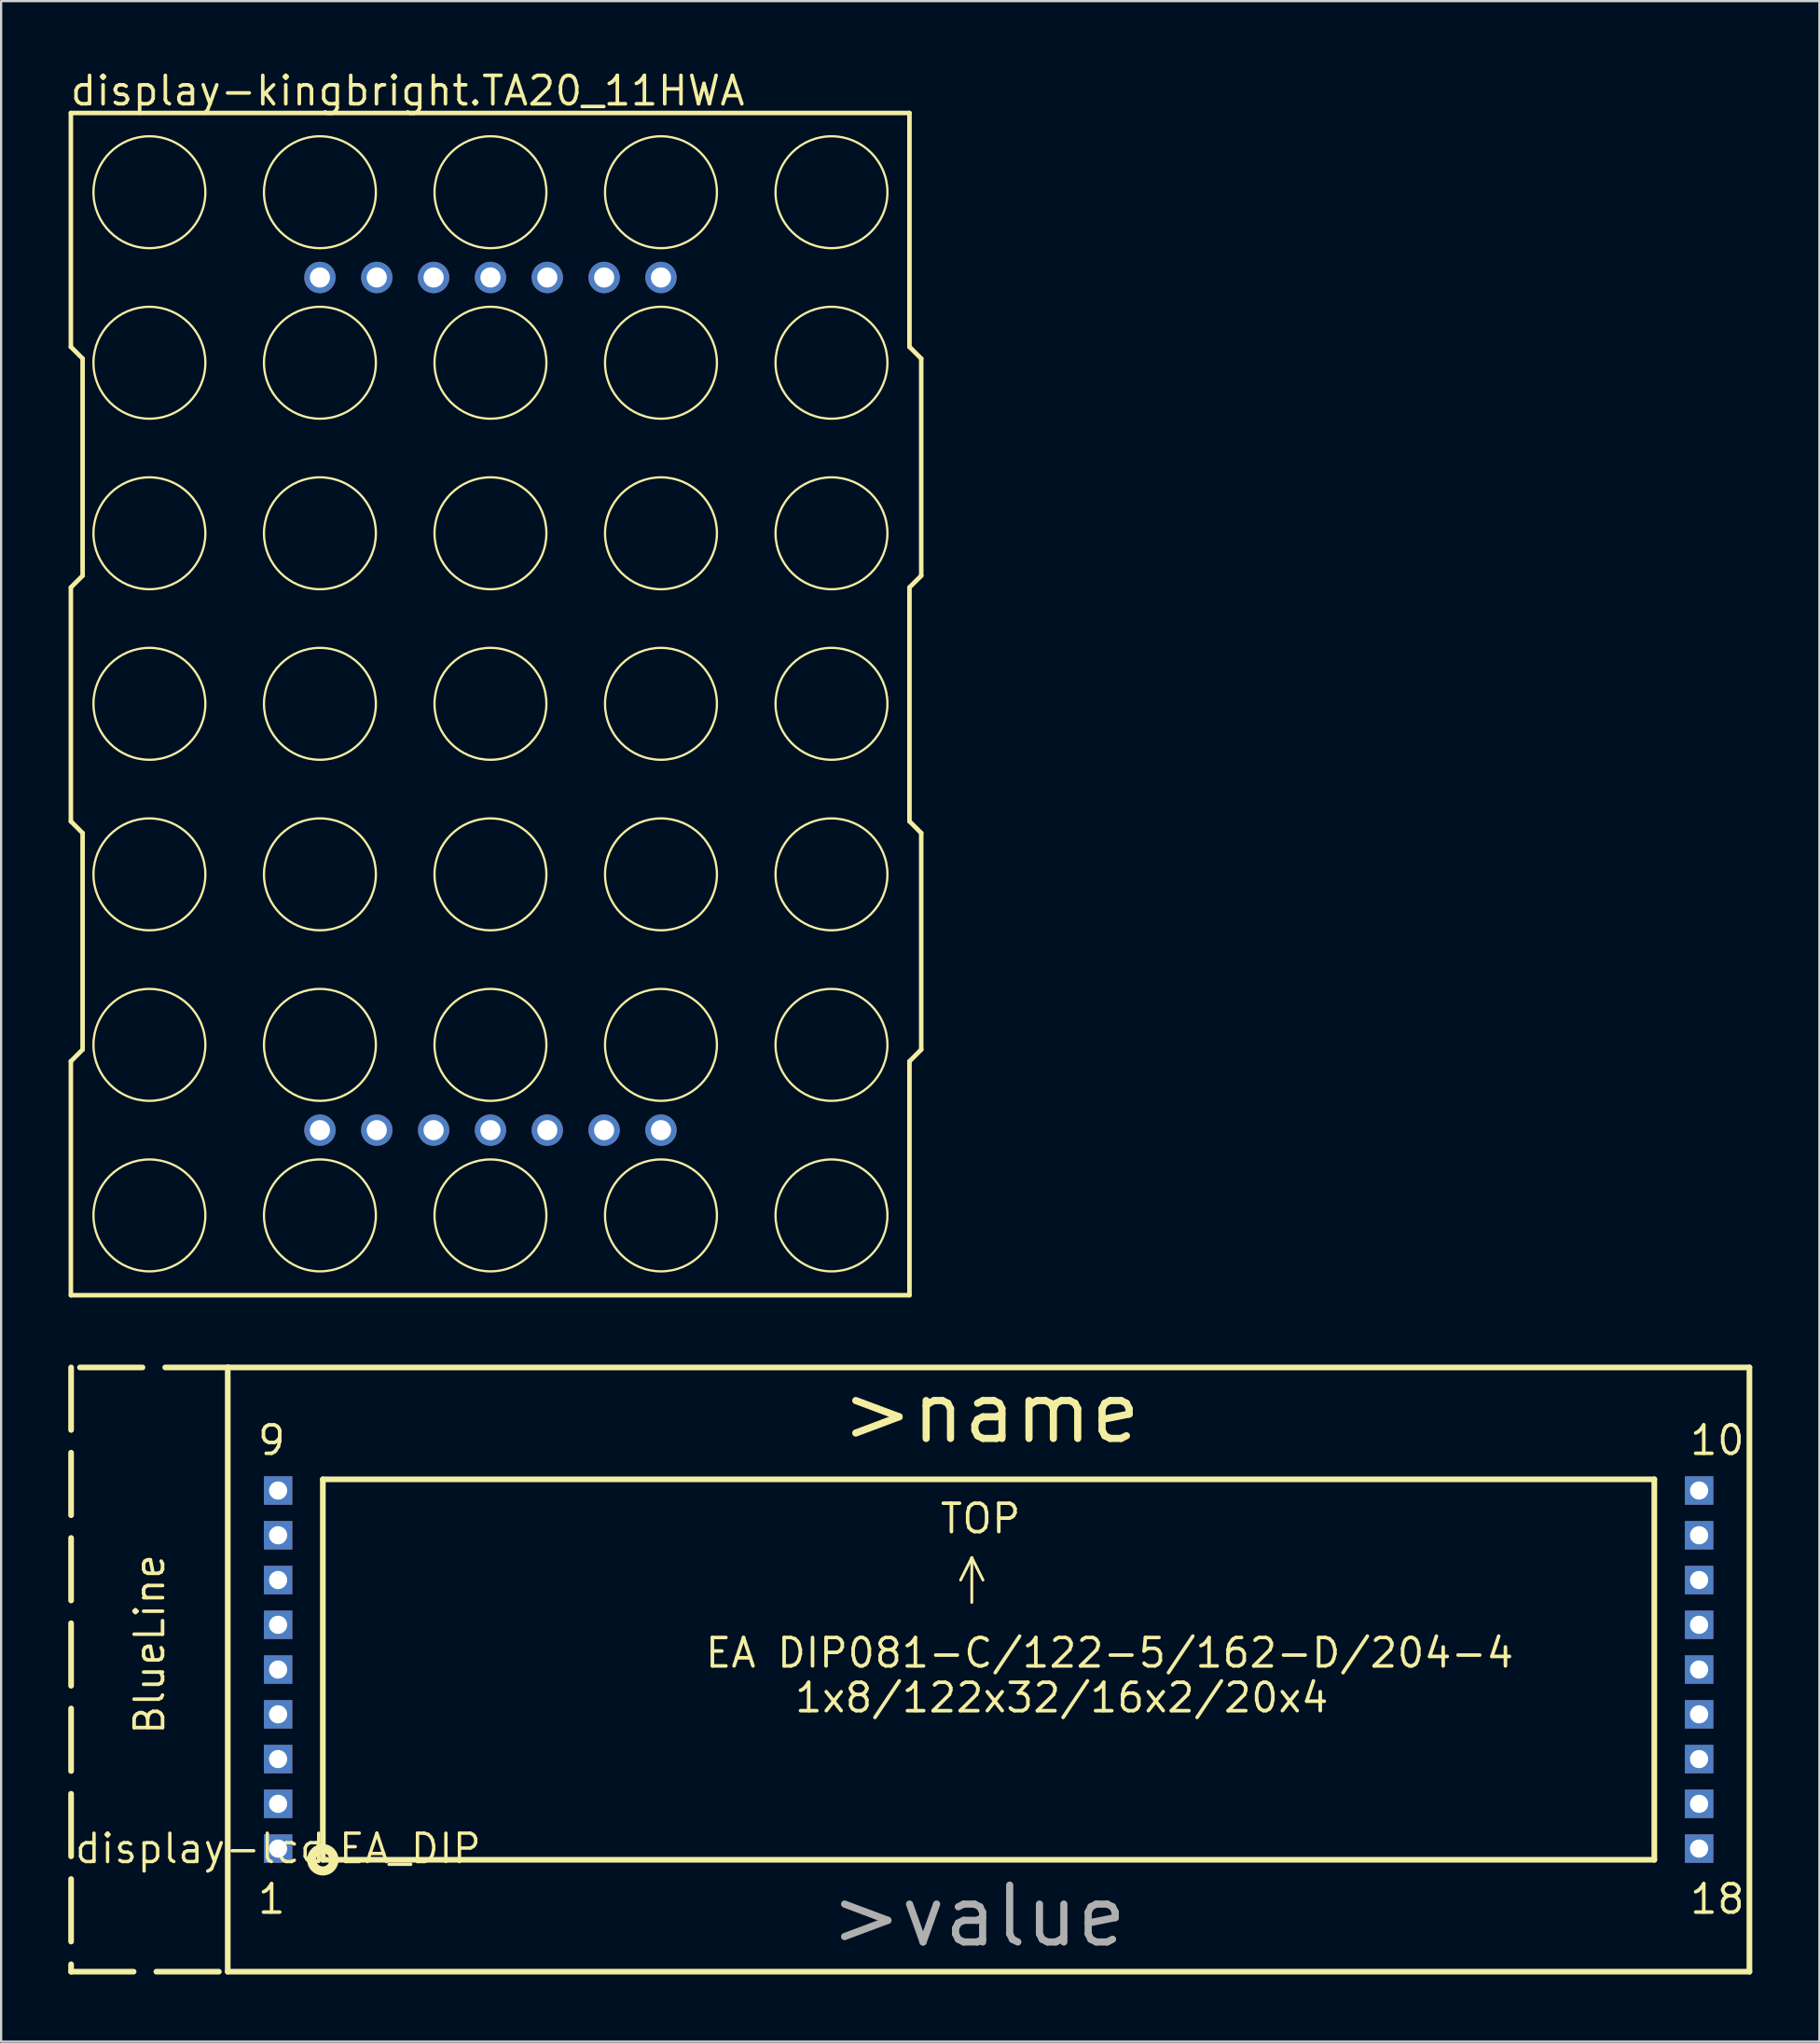
<source format=kicad_pcb>
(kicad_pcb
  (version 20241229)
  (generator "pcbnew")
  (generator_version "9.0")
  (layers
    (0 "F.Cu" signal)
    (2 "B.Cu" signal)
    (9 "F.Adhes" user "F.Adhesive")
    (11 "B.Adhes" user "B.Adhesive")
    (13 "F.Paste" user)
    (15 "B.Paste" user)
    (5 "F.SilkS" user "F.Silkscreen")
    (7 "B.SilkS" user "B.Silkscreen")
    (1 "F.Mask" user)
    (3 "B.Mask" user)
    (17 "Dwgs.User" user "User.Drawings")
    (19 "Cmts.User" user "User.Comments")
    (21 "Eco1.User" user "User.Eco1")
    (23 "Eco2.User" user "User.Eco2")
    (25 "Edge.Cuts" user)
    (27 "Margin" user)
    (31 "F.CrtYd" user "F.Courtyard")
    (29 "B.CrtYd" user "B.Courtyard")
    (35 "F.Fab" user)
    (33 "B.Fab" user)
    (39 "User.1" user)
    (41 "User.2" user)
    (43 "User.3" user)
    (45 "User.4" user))
  (footprint "display-kingbright.TA20_11HWA"
    (layer "F.Cu")
    (at 18.867 28.399)
    (property "Reference" "display-kingbright.TA20_11HWA" (at -18.867 -26.649 0) (layer "F.SilkS") (effects (font (size 1.27 1.27) (thickness 0.16)) (justify left bottom)))
    (attr through_hole)
    (fp_line (start -18.75 -26.4) (end -18.75 -15.95) (stroke (width 0.203) (type default)) (layer "F.SilkS"))
    (fp_line (start -18.75 -26.4) (end 18.725 -26.4) (stroke (width 0.203) (type default)) (layer "F.SilkS"))
    (fp_line (start -18.75 -15.95) (end -18.225 -15.425) (stroke (width 0.203) (type default)) (layer "F.SilkS"))
    (fp_line (start -18.75 -5.2) (end -18.75 5.25) (stroke (width 0.203) (type default)) (layer "F.SilkS"))
    (fp_line (start -18.75 5.25) (end -18.225 5.775) (stroke (width 0.203) (type default)) (layer "F.SilkS"))
    (fp_line (start -18.75 15.975) (end -18.75 26.425) (stroke (width 0.203) (type default)) (layer "F.SilkS"))
    (fp_line (start -18.75 26.425) (end 18.725 26.425) (stroke (width 0.203) (type default)) (layer "F.SilkS"))
    (fp_line (start -18.225 -15.425) (end -18.225 -5.725) (stroke (width 0.203) (type default)) (layer "F.SilkS"))
    (fp_line (start -18.225 -5.725) (end -18.75 -5.2) (stroke (width 0.203) (type default)) (layer "F.SilkS"))
    (fp_line (start -18.225 5.775) (end -18.225 15.45) (stroke (width 0.203) (type default)) (layer "F.SilkS"))
    (fp_line (start -18.225 15.45) (end -18.75 15.975) (stroke (width 0.203) (type default)) (layer "F.SilkS"))
    (fp_line (start 18.725 -26.4) (end 18.725 -15.95) (stroke (width 0.203) (type default)) (layer "F.SilkS"))
    (fp_line (start 18.725 -15.95) (end 19.25 -15.425) (stroke (width 0.203) (type default)) (layer "F.SilkS"))
    (fp_line (start 18.725 -5.2) (end 18.725 5.25) (stroke (width 0.203) (type default)) (layer "F.SilkS"))
    (fp_line (start 18.725 5.25) (end 19.25 5.775) (stroke (width 0.203) (type default)) (layer "F.SilkS"))
    (fp_line (start 18.725 15.975) (end 18.725 26.425) (stroke (width 0.203) (type default)) (layer "F.SilkS"))
    (fp_line (start 19.25 -15.425) (end 19.25 -5.725) (stroke (width 0.203) (type default)) (layer "F.SilkS"))
    (fp_line (start 19.25 -5.725) (end 18.725 -5.2) (stroke (width 0.203) (type default)) (layer "F.SilkS"))
    (fp_line (start 19.25 5.775) (end 19.25 15.45) (stroke (width 0.203) (type default)) (layer "F.SilkS"))
    (fp_line (start 19.25 15.45) (end 18.725 15.975) (stroke (width 0.203) (type default)) (layer "F.SilkS"))
    (fp_circle (center -15.24 -22.86) (end -12.74 -22.86) (stroke (width 0.1) (type default)) (fill no) (layer "F.SilkS"))
    (fp_circle (center -15.24 -15.24) (end -12.74 -15.24) (stroke (width 0.1) (type default)) (fill no) (layer "F.SilkS"))
    (fp_circle (center -15.24 -7.62) (end -12.74 -7.62) (stroke (width 0.1) (type default)) (fill no) (layer "F.SilkS"))
    (fp_circle (center -15.24 0) (end -12.74 0) (stroke (width 0.1) (type default)) (fill no) (layer "F.SilkS"))
    (fp_circle (center -15.24 7.62) (end -12.74 7.62) (stroke (width 0.1) (type default)) (fill no) (layer "F.SilkS"))
    (fp_circle (center -15.24 15.24) (end -12.74 15.24) (stroke (width 0.1) (type default)) (fill no) (layer "F.SilkS"))
    (fp_circle (center -15.24 22.86) (end -12.74 22.86) (stroke (width 0.1) (type default)) (fill no) (layer "F.SilkS"))
    (fp_circle (center -7.62 -22.86) (end -5.12 -22.86) (stroke (width 0.1) (type default)) (fill no) (layer "F.SilkS"))
    (fp_circle (center -7.62 -15.24) (end -5.12 -15.24) (stroke (width 0.1) (type default)) (fill no) (layer "F.SilkS"))
    (fp_circle (center -7.62 -7.62) (end -5.12 -7.62) (stroke (width 0.1) (type default)) (fill no) (layer "F.SilkS"))
    (fp_circle (center -7.62 0) (end -5.12 0) (stroke (width 0.1) (type default)) (fill no) (layer "F.SilkS"))
    (fp_circle (center -7.62 7.62) (end -5.12 7.62) (stroke (width 0.1) (type default)) (fill no) (layer "F.SilkS"))
    (fp_circle (center -7.62 15.24) (end -5.12 15.24) (stroke (width 0.1) (type default)) (fill no) (layer "F.SilkS"))
    (fp_circle (center -7.62 22.86) (end -5.12 22.86) (stroke (width 0.1) (type default)) (fill no) (layer "F.SilkS"))
    (fp_circle (center 0 -22.86) (end 2.5 -22.86) (stroke (width 0.1) (type default)) (fill no) (layer "F.SilkS"))
    (fp_circle (center 0 -15.24) (end 2.5 -15.24) (stroke (width 0.1) (type default)) (fill no) (layer "F.SilkS"))
    (fp_circle (center 0 -7.62) (end 2.5 -7.62) (stroke (width 0.1) (type default)) (fill no) (layer "F.SilkS"))
    (fp_circle (center 0 0) (end 2.5 0) (stroke (width 0.1) (type default)) (fill no) (layer "F.SilkS"))
    (fp_circle (center 0 7.62) (end 2.5 7.62) (stroke (width 0.1) (type default)) (fill no) (layer "F.SilkS"))
    (fp_circle (center 0 15.24) (end 2.5 15.24) (stroke (width 0.1) (type default)) (fill no) (layer "F.SilkS"))
    (fp_circle (center 0 22.86) (end 2.5 22.86) (stroke (width 0.1) (type default)) (fill no) (layer "F.SilkS"))
    (fp_circle (center 7.62 -22.86) (end 10.12 -22.86) (stroke (width 0.1) (type default)) (fill no) (layer "F.SilkS"))
    (fp_circle (center 7.62 -15.24) (end 10.12 -15.24) (stroke (width 0.1) (type default)) (fill no) (layer "F.SilkS"))
    (fp_circle (center 7.62 -7.62) (end 10.12 -7.62) (stroke (width 0.1) (type default)) (fill no) (layer "F.SilkS"))
    (fp_circle (center 7.62 0) (end 10.12 0) (stroke (width 0.1) (type default)) (fill no) (layer "F.SilkS"))
    (fp_circle (center 7.62 7.62) (end 10.12 7.62) (stroke (width 0.1) (type default)) (fill no) (layer "F.SilkS"))
    (fp_circle (center 7.62 15.24) (end 10.12 15.24) (stroke (width 0.1) (type default)) (fill no) (layer "F.SilkS"))
    (fp_circle (center 7.62 22.86) (end 10.12 22.86) (stroke (width 0.1) (type default)) (fill no) (layer "F.SilkS"))
    (fp_circle (center 15.24 -22.86) (end 17.74 -22.86) (stroke (width 0.1) (type default)) (fill no) (layer "F.SilkS"))
    (fp_circle (center 15.24 -15.24) (end 17.74 -15.24) (stroke (width 0.1) (type default)) (fill no) (layer "F.SilkS"))
    (fp_circle (center 15.24 -7.62) (end 17.74 -7.62) (stroke (width 0.1) (type default)) (fill no) (layer "F.SilkS"))
    (fp_circle (center 15.24 0) (end 17.74 0) (stroke (width 0.1) (type default)) (fill no) (layer "F.SilkS"))
    (fp_circle (center 15.24 7.62) (end 17.74 7.62) (stroke (width 0.1) (type default)) (fill no) (layer "F.SilkS"))
    (fp_circle (center 15.24 15.24) (end 17.74 15.24) (stroke (width 0.1) (type default)) (fill no) (layer "F.SilkS"))
    (fp_circle (center 15.24 22.86) (end 17.74 22.86) (stroke (width 0.1) (type default)) (fill no) (layer "F.SilkS"))
    (pad "1" thru_hole circle (at -7.62 19.05) (size 1.4 1.4) (drill 0.9) (layers "*.Cu" "*.Mask"))
    (pad "2" thru_hole circle (at -5.08 19.05) (size 1.4 1.4) (drill 0.9) (layers "*.Cu" "*.Mask"))
    (pad "3" thru_hole circle (at -2.54 19.05) (size 1.4 1.4) (drill 0.9) (layers "*.Cu" "*.Mask"))
    (pad "4" thru_hole circle (at 0 19.05) (size 1.4 1.4) (drill 0.9) (layers "*.Cu" "*.Mask"))
    (pad "5" thru_hole circle (at 2.54 19.05) (size 1.4 1.4) (drill 0.9) (layers "*.Cu" "*.Mask"))
    (pad "6" thru_hole circle (at 5.08 19.05) (size 1.4 1.4) (drill 0.9) (layers "*.Cu" "*.Mask"))
    (pad "7" thru_hole circle (at 7.62 19.05) (size 1.4 1.4) (drill 0.9) (layers "*.Cu" "*.Mask"))
    (pad "8" thru_hole circle (at 7.62 -19.05 180) (size 1.4 1.4) (drill 0.9) (layers "*.Cu" "*.Mask"))
    (pad "9" thru_hole circle (at 5.08 -19.05 180) (size 1.4 1.4) (drill 0.9) (layers "*.Cu" "*.Mask"))
    (pad "10" thru_hole circle (at 2.54 -19.05 180) (size 1.4 1.4) (drill 0.9) (layers "*.Cu" "*.Mask"))
    (pad "11" thru_hole circle (at 0 -19.05 180) (size 1.4 1.4) (drill 0.9) (layers "*.Cu" "*.Mask"))
    (pad "12" thru_hole circle (at -2.54 -19.05 180) (size 1.4 1.4) (drill 0.9) (layers "*.Cu" "*.Mask"))
    (pad "13" thru_hole circle (at -5.08 -19.05 180) (size 1.4 1.4) (drill 0.9) (layers "*.Cu" "*.Mask"))
    (pad "14" thru_hole circle (at -7.62 -19.05 180) (size 1.4 1.4) (drill 0.9) (layers "*.Cu" "*.Mask")))
  (footprint "display-lcd.EA_DIP"
    (layer "F.Cu")
    (at 9.377 79.552)
    (property "Reference" "display-lcd.EA_DIP" (at 0 0 0) (layer "F.SilkS") (effects (font (size 1.27 1.27) (thickness 0.15))))
    (attr through_hole)
    (fp_line (start -9.25 -21.5) (end -9.25 5.5) (stroke (width 0.254) (type dash)) (layer "F.SilkS"))
    (fp_line (start -9.25 5.5) (end -2.25 5.5) (stroke (width 0.254) (type dash)) (layer "F.SilkS"))
    (fp_line (start -2.25 -21.5) (end -9.25 -21.5) (stroke (width 0.254) (type dash)) (layer "F.SilkS"))
    (fp_line (start -2.25 -21.5) (end 65.75 -21.5) (stroke (width 0.254) (type default)) (layer "F.SilkS"))
    (fp_line (start -2.25 5.5) (end -2.25 -21.5) (stroke (width 0.254) (type default)) (layer "F.SilkS"))
    (fp_line (start 2 -16.5) (end 61.5 -16.5) (stroke (width 0.254) (type default)) (layer "F.SilkS"))
    (fp_line (start 2 0.5) (end 2 -16.5) (stroke (width 0.254) (type default)) (layer "F.SilkS"))
    (fp_line (start 31 -13) (end 30.5 -12) (stroke (width 0.127) (type default)) (layer "F.SilkS"))
    (fp_line (start 31 -11) (end 31 -13) (stroke (width 0.127) (type default)) (layer "F.SilkS"))
    (fp_line (start 31.5 -12) (end 31 -13) (stroke (width 0.127) (type default)) (layer "F.SilkS"))
    (fp_line (start 61.5 -16.5) (end 61.5 0.5) (stroke (width 0.254) (type default)) (layer "F.SilkS"))
    (fp_line (start 61.5 0.5) (end 2 0.5) (stroke (width 0.254) (type default)) (layer "F.SilkS"))
    (fp_line (start 65.75 -21.5) (end 65.75 5.5) (stroke (width 0.254) (type default)) (layer "F.SilkS"))
    (fp_line (start 65.75 5.5) (end -2.25 5.5) (stroke (width 0.254) (type default)) (layer "F.SilkS"))
    (fp_circle (center 2 0.5) (end 2.5 0.5) (stroke (width 0.406) (type default)) (fill no) (layer "F.SilkS"))
    (fp_text user "18" (at 63 3 0) (layer "F.SilkS") (effects (font (size 1.27 1.27) (thickness 0.16)) (justify left bottom)))
    (fp_text user "9" (at -1 -17.5 0) (layer "F.SilkS") (effects (font (size 1.27 1.27) (thickness 0.16)) (justify left bottom)))
    (fp_text user "1x8/122x32/16x2/20x4" (at 23 -6 0) (layer "F.SilkS") (effects (font (size 1.27 1.27) (thickness 0.16)) (justify left bottom)))
    (fp_text user "10" (at 63 -17.5 0) (layer "F.SilkS") (effects (font (size 1.27 1.27) (thickness 0.16)) (justify left bottom)))
    (fp_text user "EA DIP081-C/122-5/162-D/204-4" (at 19 -8 0) (layer "F.SilkS") (effects (font (size 1.27 1.27) (thickness 0.16)) (justify left bottom)))
    (fp_text user "TOP" (at 29.5 -14 0) (layer "F.SilkS") (effects (font (size 1.27 1.27) (thickness 0.16)) (justify left bottom)))
    (fp_text user "1" (at -1 3 0) (layer "F.SilkS") (effects (font (size 1.27 1.27) (thickness 0.16)) (justify left bottom)))
    (fp_text user ">name" (at 25 -18 0) (layer "F.SilkS") (effects (font (size 2.54 2.54) (thickness 0.32)) (justify left bottom)))
    (fp_text user "BlueLine" (at -5 -5 90) (layer "F.SilkS") (effects (font (size 1.27 1.27) (thickness 0.16)) (justify left bottom)))
    (fp_text user ">value" (at 24.5 4.5 0) (layer "F.Fab") (effects (font (size 2.54 2.54) (thickness 0.32)) (justify left bottom)))
    (pad "1" thru_hole rect (at 0 0) (size 1.27 1.27) (drill 0.813) (layers "*.Cu" "*.Mask"))
    (pad "2" thru_hole rect (at 0 -2) (size 1.27 1.27) (drill 0.813) (layers "*.Cu" "*.Mask"))
    (pad "3" thru_hole rect (at 0 -4) (size 1.27 1.27) (drill 0.813) (layers "*.Cu" "*.Mask"))
    (pad "4" thru_hole rect (at 0 -6) (size 1.27 1.27) (drill 0.813) (layers "*.Cu" "*.Mask"))
    (pad "5" thru_hole rect (at 0 -8) (size 1.27 1.27) (drill 0.813) (layers "*.Cu" "*.Mask"))
    (pad "6" thru_hole rect (at 0 -10) (size 1.27 1.27) (drill 0.813) (layers "*.Cu" "*.Mask"))
    (pad "7" thru_hole rect (at 0 -12) (size 1.27 1.27) (drill 0.813) (layers "*.Cu" "*.Mask"))
    (pad "8" thru_hole rect (at 0 -14) (size 1.27 1.27) (drill 0.813) (layers "*.Cu" "*.Mask"))
    (pad "9" thru_hole rect (at 0 -16) (size 1.27 1.27) (drill 0.813) (layers "*.Cu" "*.Mask"))
    (pad "10" thru_hole rect (at 63.5 -16) (size 1.27 1.27) (drill 0.813) (layers "*.Cu" "*.Mask"))
    (pad "11" thru_hole rect (at 63.5 -14) (size 1.27 1.27) (drill 0.813) (layers "*.Cu" "*.Mask"))
    (pad "12" thru_hole rect (at 63.5 -12) (size 1.27 1.27) (drill 0.813) (layers "*.Cu" "*.Mask"))
    (pad "13" thru_hole rect (at 63.5 -10) (size 1.27 1.27) (drill 0.813) (layers "*.Cu" "*.Mask"))
    (pad "14" thru_hole rect (at 63.5 -8) (size 1.27 1.27) (drill 0.813) (layers "*.Cu" "*.Mask"))
    (pad "15" thru_hole rect (at 63.5 -6) (size 1.27 1.27) (drill 0.813) (layers "*.Cu" "*.Mask"))
    (pad "16" thru_hole rect (at 63.5 -4) (size 1.27 1.27) (drill 0.813) (layers "*.Cu" "*.Mask"))
    (pad "17" thru_hole rect (at 63.5 -2) (size 1.27 1.27) (drill 0.813) (layers "*.Cu" "*.Mask"))
    (pad "18" thru_hole rect (at 63.5 0) (size 1.27 1.27) (drill 0.813) (layers "*.Cu" "*.Mask")))
  (gr_rect
    (start -3 -3)
    (end 78.254 88.179)
    (stroke (width 0.1) (type default))
    (fill no)
    (layer "Edge.Cuts")))
</source>
